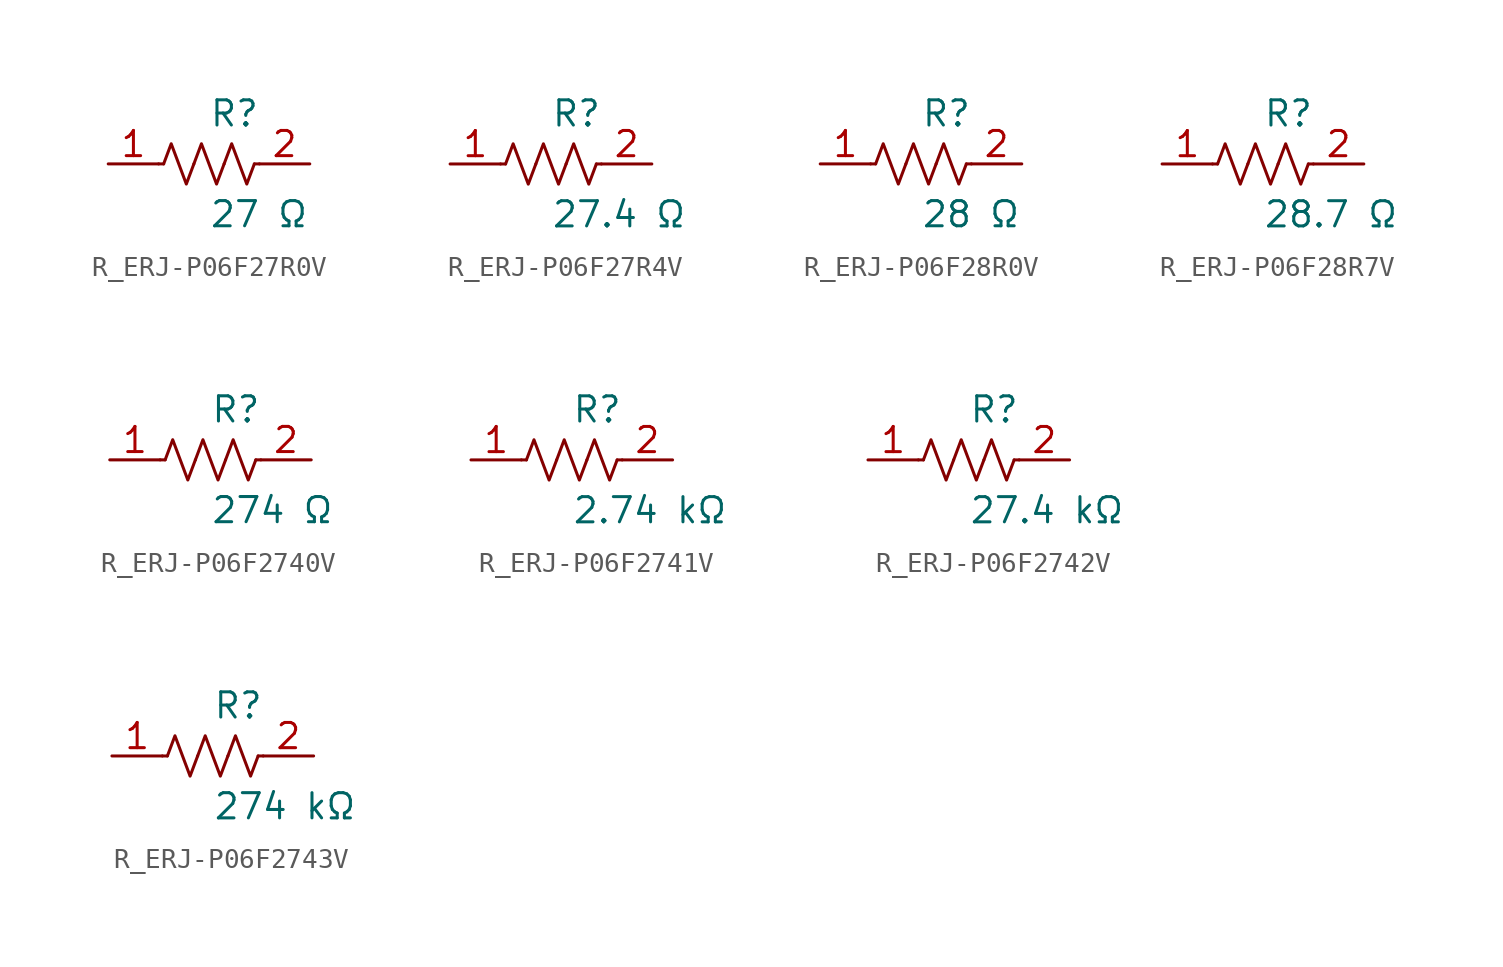
<source format=kicad_sym>
(kicad_symbol_lib
  (version 20231120)
  (generator kicad_symbol_editor)
  (generator_version 8.0)
  (symbol "R_ERJ-P06F27R0V"
    (pin_names
      (offset 0.254))
    (property "Reference" "R"
      (at 0 2.54 0)
      (effects (font (size 1.27 1.27)) (justify left)))
    (property "Value" "27 Ω"
      (at 0 -2.54 0)
      (effects (font (size 1.27 1.27)) (justify left)))
    (symbol "R_ERJ-P06F27R0V_0_1"
      (polyline (pts (xy 2.286 0) (xy 2.54 0)) (stroke (width 0) (type default)) (fill (type none)))
      (polyline (pts (xy -2.286 0) (xy -2.54 0)) (stroke (width 0) (type default)) (fill (type none)))
      (polyline (pts (xy 0.762 0) (xy 1.143 1.016) (xy 1.524 0) (xy 1.905 -1.016) (xy 2.286 0)) (stroke (width 0) (type default)) (fill (type none)))
      (polyline (pts (xy -0.762 0) (xy -0.381 1.016) (xy 0 0) (xy 0.381 -1.016) (xy 0.762 0)) (stroke (width 0) (type default)) (fill (type none)))
      (polyline (pts (xy -2.286 0) (xy -1.905 1.016) (xy -1.524 0) (xy -1.143 -1.016) (xy -0.762 0)) (stroke (width 0) (type default)) (fill (type none))))
    (pin passive line
      (at -5.08 0 0)
      (length 2.54)
      (name "" (effects (font (size 1.27 1.27))))
      (number "1" (effects (font (size 1.27 1.27)))))
    (pin passive line
      (at 5.08 0 180)
      (length 2.54)
      (name "" (effects (font (size 1.27 1.27))))
      (number "2" (effects (font (size 1.27 1.27))))))
  (symbol "R_ERJ-P06F27R4V"
    (pin_names
      (offset 0.254))
    (property "Reference" "R"
      (at 0 2.54 0)
      (effects (font (size 1.27 1.27)) (justify left)))
    (property "Value" "27.4 Ω"
      (at 0 -2.54 0)
      (effects (font (size 1.27 1.27)) (justify left)))
    (symbol "R_ERJ-P06F27R4V_0_1"
      (polyline (pts (xy 2.286 0) (xy 2.54 0)) (stroke (width 0) (type default)) (fill (type none)))
      (polyline (pts (xy -2.286 0) (xy -2.54 0)) (stroke (width 0) (type default)) (fill (type none)))
      (polyline (pts (xy 0.762 0) (xy 1.143 1.016) (xy 1.524 0) (xy 1.905 -1.016) (xy 2.286 0)) (stroke (width 0) (type default)) (fill (type none)))
      (polyline (pts (xy -0.762 0) (xy -0.381 1.016) (xy 0 0) (xy 0.381 -1.016) (xy 0.762 0)) (stroke (width 0) (type default)) (fill (type none)))
      (polyline (pts (xy -2.286 0) (xy -1.905 1.016) (xy -1.524 0) (xy -1.143 -1.016) (xy -0.762 0)) (stroke (width 0) (type default)) (fill (type none))))
    (pin passive line
      (at -5.08 0 0)
      (length 2.54)
      (name "" (effects (font (size 1.27 1.27))))
      (number "1" (effects (font (size 1.27 1.27)))))
    (pin passive line
      (at 5.08 0 180)
      (length 2.54)
      (name "" (effects (font (size 1.27 1.27))))
      (number "2" (effects (font (size 1.27 1.27))))))
  (symbol "R_ERJ-P06F28R0V"
    (pin_names
      (offset 0.254))
    (property "Reference" "R"
      (at 0 2.54 0)
      (effects (font (size 1.27 1.27)) (justify left)))
    (property "Value" "28 Ω"
      (at 0 -2.54 0)
      (effects (font (size 1.27 1.27)) (justify left)))
    (symbol "R_ERJ-P06F28R0V_0_1"
      (polyline (pts (xy 2.286 0) (xy 2.54 0)) (stroke (width 0) (type default)) (fill (type none)))
      (polyline (pts (xy -2.286 0) (xy -2.54 0)) (stroke (width 0) (type default)) (fill (type none)))
      (polyline (pts (xy 0.762 0) (xy 1.143 1.016) (xy 1.524 0) (xy 1.905 -1.016) (xy 2.286 0)) (stroke (width 0) (type default)) (fill (type none)))
      (polyline (pts (xy -0.762 0) (xy -0.381 1.016) (xy 0 0) (xy 0.381 -1.016) (xy 0.762 0)) (stroke (width 0) (type default)) (fill (type none)))
      (polyline (pts (xy -2.286 0) (xy -1.905 1.016) (xy -1.524 0) (xy -1.143 -1.016) (xy -0.762 0)) (stroke (width 0) (type default)) (fill (type none))))
    (pin passive line
      (at -5.08 0 0)
      (length 2.54)
      (name "" (effects (font (size 1.27 1.27))))
      (number "1" (effects (font (size 1.27 1.27)))))
    (pin passive line
      (at 5.08 0 180)
      (length 2.54)
      (name "" (effects (font (size 1.27 1.27))))
      (number "2" (effects (font (size 1.27 1.27))))))
  (symbol "R_ERJ-P06F28R7V"
    (pin_names
      (offset 0.254))
    (property "Reference" "R"
      (at 0 2.54 0)
      (effects (font (size 1.27 1.27)) (justify left)))
    (property "Value" "28.7 Ω"
      (at 0 -2.54 0)
      (effects (font (size 1.27 1.27)) (justify left)))
    (symbol "R_ERJ-P06F28R7V_0_1"
      (polyline (pts (xy 2.286 0) (xy 2.54 0)) (stroke (width 0) (type default)) (fill (type none)))
      (polyline (pts (xy -2.286 0) (xy -2.54 0)) (stroke (width 0) (type default)) (fill (type none)))
      (polyline (pts (xy 0.762 0) (xy 1.143 1.016) (xy 1.524 0) (xy 1.905 -1.016) (xy 2.286 0)) (stroke (width 0) (type default)) (fill (type none)))
      (polyline (pts (xy -0.762 0) (xy -0.381 1.016) (xy 0 0) (xy 0.381 -1.016) (xy 0.762 0)) (stroke (width 0) (type default)) (fill (type none)))
      (polyline (pts (xy -2.286 0) (xy -1.905 1.016) (xy -1.524 0) (xy -1.143 -1.016) (xy -0.762 0)) (stroke (width 0) (type default)) (fill (type none))))
    (pin passive line
      (at -5.08 0 0)
      (length 2.54)
      (name "" (effects (font (size 1.27 1.27))))
      (number "1" (effects (font (size 1.27 1.27)))))
    (pin passive line
      (at 5.08 0 180)
      (length 2.54)
      (name "" (effects (font (size 1.27 1.27))))
      (number "2" (effects (font (size 1.27 1.27))))))
  (symbol "R_ERJ-P06F2740V"
    (pin_names
      (offset 0.254))
    (property "Reference" "R"
      (at 0 2.54 0)
      (effects (font (size 1.27 1.27)) (justify left)))
    (property "Value" "274 Ω"
      (at 0 -2.54 0)
      (effects (font (size 1.27 1.27)) (justify left)))
    (symbol "R_ERJ-P06F2740V_0_1"
      (polyline (pts (xy 2.286 0) (xy 2.54 0)) (stroke (width 0) (type default)) (fill (type none)))
      (polyline (pts (xy -2.286 0) (xy -2.54 0)) (stroke (width 0) (type default)) (fill (type none)))
      (polyline (pts (xy 0.762 0) (xy 1.143 1.016) (xy 1.524 0) (xy 1.905 -1.016) (xy 2.286 0)) (stroke (width 0) (type default)) (fill (type none)))
      (polyline (pts (xy -0.762 0) (xy -0.381 1.016) (xy 0 0) (xy 0.381 -1.016) (xy 0.762 0)) (stroke (width 0) (type default)) (fill (type none)))
      (polyline (pts (xy -2.286 0) (xy -1.905 1.016) (xy -1.524 0) (xy -1.143 -1.016) (xy -0.762 0)) (stroke (width 0) (type default)) (fill (type none))))
    (pin passive line
      (at -5.08 0 0)
      (length 2.54)
      (name "" (effects (font (size 1.27 1.27))))
      (number "1" (effects (font (size 1.27 1.27)))))
    (pin passive line
      (at 5.08 0 180)
      (length 2.54)
      (name "" (effects (font (size 1.27 1.27))))
      (number "2" (effects (font (size 1.27 1.27))))))
  (symbol "R_ERJ-P06F2741V"
    (pin_names
      (offset 0.254))
    (property "Reference" "R"
      (at 0 2.54 0)
      (effects (font (size 1.27 1.27)) (justify left)))
    (property "Value" "2.74 kΩ"
      (at 0 -2.54 0)
      (effects (font (size 1.27 1.27)) (justify left)))
    (symbol "R_ERJ-P06F2741V_0_1"
      (polyline (pts (xy 2.286 0) (xy 2.54 0)) (stroke (width 0) (type default)) (fill (type none)))
      (polyline (pts (xy -2.286 0) (xy -2.54 0)) (stroke (width 0) (type default)) (fill (type none)))
      (polyline (pts (xy 0.762 0) (xy 1.143 1.016) (xy 1.524 0) (xy 1.905 -1.016) (xy 2.286 0)) (stroke (width 0) (type default)) (fill (type none)))
      (polyline (pts (xy -0.762 0) (xy -0.381 1.016) (xy 0 0) (xy 0.381 -1.016) (xy 0.762 0)) (stroke (width 0) (type default)) (fill (type none)))
      (polyline (pts (xy -2.286 0) (xy -1.905 1.016) (xy -1.524 0) (xy -1.143 -1.016) (xy -0.762 0)) (stroke (width 0) (type default)) (fill (type none))))
    (pin passive line
      (at -5.08 0 0)
      (length 2.54)
      (name "" (effects (font (size 1.27 1.27))))
      (number "1" (effects (font (size 1.27 1.27)))))
    (pin passive line
      (at 5.08 0 180)
      (length 2.54)
      (name "" (effects (font (size 1.27 1.27))))
      (number "2" (effects (font (size 1.27 1.27))))))
  (symbol "R_ERJ-P06F2742V"
    (pin_names
      (offset 0.254))
    (property "Reference" "R"
      (at 0 2.54 0)
      (effects (font (size 1.27 1.27)) (justify left)))
    (property "Value" "27.4 kΩ"
      (at 0 -2.54 0)
      (effects (font (size 1.27 1.27)) (justify left)))
    (symbol "R_ERJ-P06F2742V_0_1"
      (polyline (pts (xy 2.286 0) (xy 2.54 0)) (stroke (width 0) (type default)) (fill (type none)))
      (polyline (pts (xy -2.286 0) (xy -2.54 0)) (stroke (width 0) (type default)) (fill (type none)))
      (polyline (pts (xy 0.762 0) (xy 1.143 1.016) (xy 1.524 0) (xy 1.905 -1.016) (xy 2.286 0)) (stroke (width 0) (type default)) (fill (type none)))
      (polyline (pts (xy -0.762 0) (xy -0.381 1.016) (xy 0 0) (xy 0.381 -1.016) (xy 0.762 0)) (stroke (width 0) (type default)) (fill (type none)))
      (polyline (pts (xy -2.286 0) (xy -1.905 1.016) (xy -1.524 0) (xy -1.143 -1.016) (xy -0.762 0)) (stroke (width 0) (type default)) (fill (type none))))
    (pin passive line
      (at -5.08 0 0)
      (length 2.54)
      (name "" (effects (font (size 1.27 1.27))))
      (number "1" (effects (font (size 1.27 1.27)))))
    (pin passive line
      (at 5.08 0 180)
      (length 2.54)
      (name "" (effects (font (size 1.27 1.27))))
      (number "2" (effects (font (size 1.27 1.27))))))
  (symbol "R_ERJ-P06F2743V"
    (pin_names
      (offset 0.254))
    (property "Reference" "R"
      (at 0 2.54 0)
      (effects (font (size 1.27 1.27)) (justify left)))
    (property "Value" "274 kΩ"
      (at 0 -2.54 0)
      (effects (font (size 1.27 1.27)) (justify left)))
    (symbol "R_ERJ-P06F2743V_0_1"
      (polyline (pts (xy 2.286 0) (xy 2.54 0)) (stroke (width 0) (type default)) (fill (type none)))
      (polyline (pts (xy -2.286 0) (xy -2.54 0)) (stroke (width 0) (type default)) (fill (type none)))
      (polyline (pts (xy 0.762 0) (xy 1.143 1.016) (xy 1.524 0) (xy 1.905 -1.016) (xy 2.286 0)) (stroke (width 0) (type default)) (fill (type none)))
      (polyline (pts (xy -0.762 0) (xy -0.381 1.016) (xy 0 0) (xy 0.381 -1.016) (xy 0.762 0)) (stroke (width 0) (type default)) (fill (type none)))
      (polyline (pts (xy -2.286 0) (xy -1.905 1.016) (xy -1.524 0) (xy -1.143 -1.016) (xy -0.762 0)) (stroke (width 0) (type default)) (fill (type none))))
    (pin passive line
      (at -5.08 0 0)
      (length 2.54)
      (name "" (effects (font (size 1.27 1.27))))
      (number "1" (effects (font (size 1.27 1.27)))))
    (pin passive line
      (at 5.08 0 180)
      (length 2.54)
      (name "" (effects (font (size 1.27 1.27))))
      (number "2" (effects (font (size 1.27 1.27)))))))
</source>
